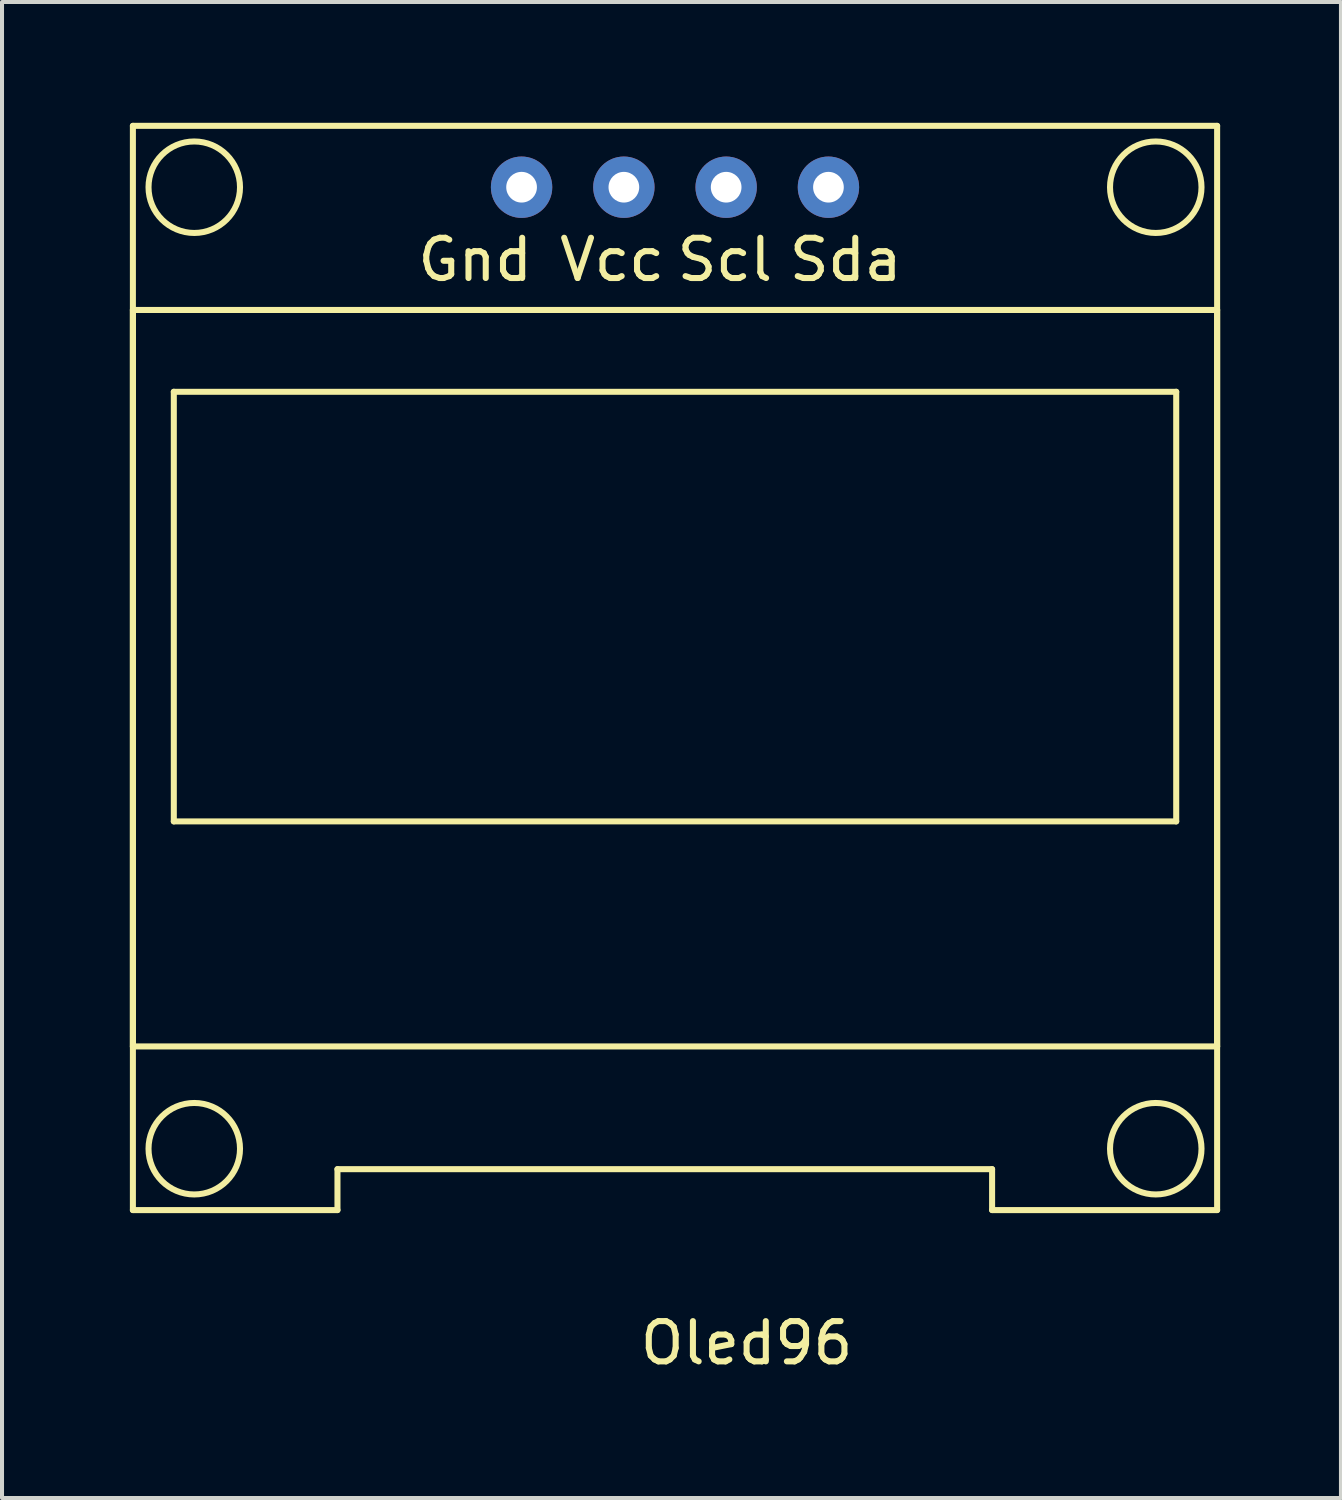
<source format=kicad_pcb>
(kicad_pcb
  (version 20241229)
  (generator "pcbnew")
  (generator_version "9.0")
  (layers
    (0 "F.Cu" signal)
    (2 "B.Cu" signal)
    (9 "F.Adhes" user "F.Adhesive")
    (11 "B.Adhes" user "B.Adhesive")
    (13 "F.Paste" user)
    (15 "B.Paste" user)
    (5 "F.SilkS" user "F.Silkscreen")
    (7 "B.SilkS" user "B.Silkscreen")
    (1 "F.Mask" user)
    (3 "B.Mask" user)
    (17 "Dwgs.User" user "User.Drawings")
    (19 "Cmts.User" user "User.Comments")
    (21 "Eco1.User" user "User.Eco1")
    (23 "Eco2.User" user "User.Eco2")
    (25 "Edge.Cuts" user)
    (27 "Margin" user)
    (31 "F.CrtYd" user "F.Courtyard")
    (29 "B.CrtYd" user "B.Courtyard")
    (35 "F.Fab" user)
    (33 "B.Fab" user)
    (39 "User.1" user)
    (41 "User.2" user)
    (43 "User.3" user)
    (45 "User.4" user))
  (footprint "Oled96"
    (layer "F.Cu")
    (at 0.25 26.999)
    (property "Reference" "Oled96" (at 15.24 3.302 0) (layer "F.SilkS") (effects (font (size 1 1) (thickness 0.15))))
    (attr through_hole)
    (fp_line (start 0 -26.924) (end 26.924 -26.924) (stroke (width 0.15) (type solid)) (layer "F.SilkS"))
    (fp_line (start 0 -22.352) (end 26.924 -22.352) (stroke (width 0.15) (type solid)) (layer "F.SilkS"))
    (fp_line (start 0 -4.064) (end 0 -22.352) (stroke (width 0.15) (type solid)) (layer "F.SilkS"))
    (fp_line (start 0 0) (end 0 -26.924) (stroke (width 0.15) (type solid)) (layer "F.SilkS"))
    (fp_line (start 0 0) (end 5.08 0) (stroke (width 0.15) (type solid)) (layer "F.SilkS"))
    (fp_line (start 1.016 -20.32) (end 25.908 -20.32) (stroke (width 0.15) (type solid)) (layer "F.SilkS"))
    (fp_line (start 1.016 -9.652) (end 1.016 -20.32) (stroke (width 0.15) (type solid)) (layer "F.SilkS"))
    (fp_line (start 5.08 -1.016) (end 21.336 -1.016) (stroke (width 0.15) (type solid)) (layer "F.SilkS"))
    (fp_line (start 5.08 0) (end 5.08 -1.016) (stroke (width 0.15) (type solid)) (layer "F.SilkS"))
    (fp_line (start 21.336 -1.016) (end 21.336 0) (stroke (width 0.15) (type solid)) (layer "F.SilkS"))
    (fp_line (start 21.336 0) (end 26.924 0) (stroke (width 0.15) (type solid)) (layer "F.SilkS"))
    (fp_line (start 25.908 -20.32) (end 25.908 -9.652) (stroke (width 0.15) (type solid)) (layer "F.SilkS"))
    (fp_line (start 25.908 -9.652) (end 1.016 -9.652) (stroke (width 0.15) (type solid)) (layer "F.SilkS"))
    (fp_line (start 26.924 -26.924) (end 26.924 0) (stroke (width 0.15) (type solid)) (layer "F.SilkS"))
    (fp_line (start 26.924 -22.352) (end 26.924 -4.064) (stroke (width 0.15) (type solid)) (layer "F.SilkS"))
    (fp_line (start 26.924 -4.064) (end 0 -4.064) (stroke (width 0.15) (type solid)) (layer "F.SilkS"))
    (fp_circle (center 1.524 -25.4) (end 2.54 -25.908) (stroke (width 0.15) (type solid)) (fill no) (layer "F.SilkS"))
    (fp_circle (center 1.524 -1.524) (end 2.54 -2.032) (stroke (width 0.15) (type solid)) (fill no) (layer "F.SilkS"))
    (fp_circle (center 25.4 -25.4) (end 26.416 -25.908) (stroke (width 0.15) (type solid)) (fill no) (layer "F.SilkS"))
    (fp_circle (center 25.4 -1.524) (end 25.908 -2.54) (stroke (width 0.15) (type solid)) (fill no) (layer "F.SilkS"))
    (fp_text user "Gnd" (at 8.5 -23.6 0) (layer "F.SilkS") (effects (font (size 1 1) (thickness 0.15))))
    (fp_text user "Vcc" (at 11.9 -23.6 0) (layer "F.SilkS") (effects (font (size 1 1) (thickness 0.15))))
    (fp_text user "Scl" (at 14.7 -23.6 0) (layer "F.SilkS") (effects (font (size 1 1) (thickness 0.15))))
    (fp_text user "Sda" (at 17.7 -23.6 0) (layer "F.SilkS") (effects (font (size 1 1) (thickness 0.15))))
    (pad "1" thru_hole circle (at 17.272 -25.4) (size 1.524 1.524) (drill 0.762) (layers "*.Cu" "*.Mask"))
    (pad "2" thru_hole circle (at 14.732 -25.4) (size 1.524 1.524) (drill 0.762) (layers "*.Cu" "*.Mask"))
    (pad "3" thru_hole circle (at 12.192 -25.4) (size 1.524 1.524) (drill 0.762) (layers "*.Cu" "*.Mask"))
    (pad "4" thru_hole circle (at 9.652 -25.4) (size 1.524 1.524) (drill 0.762) (layers "*.Cu" "*.Mask")))
  (gr_rect
    (start -3 -3)
    (end 30.249 34.149)
    (stroke (width 0.1) (type default))
    (fill no)
    (layer "Edge.Cuts")))
</source>
